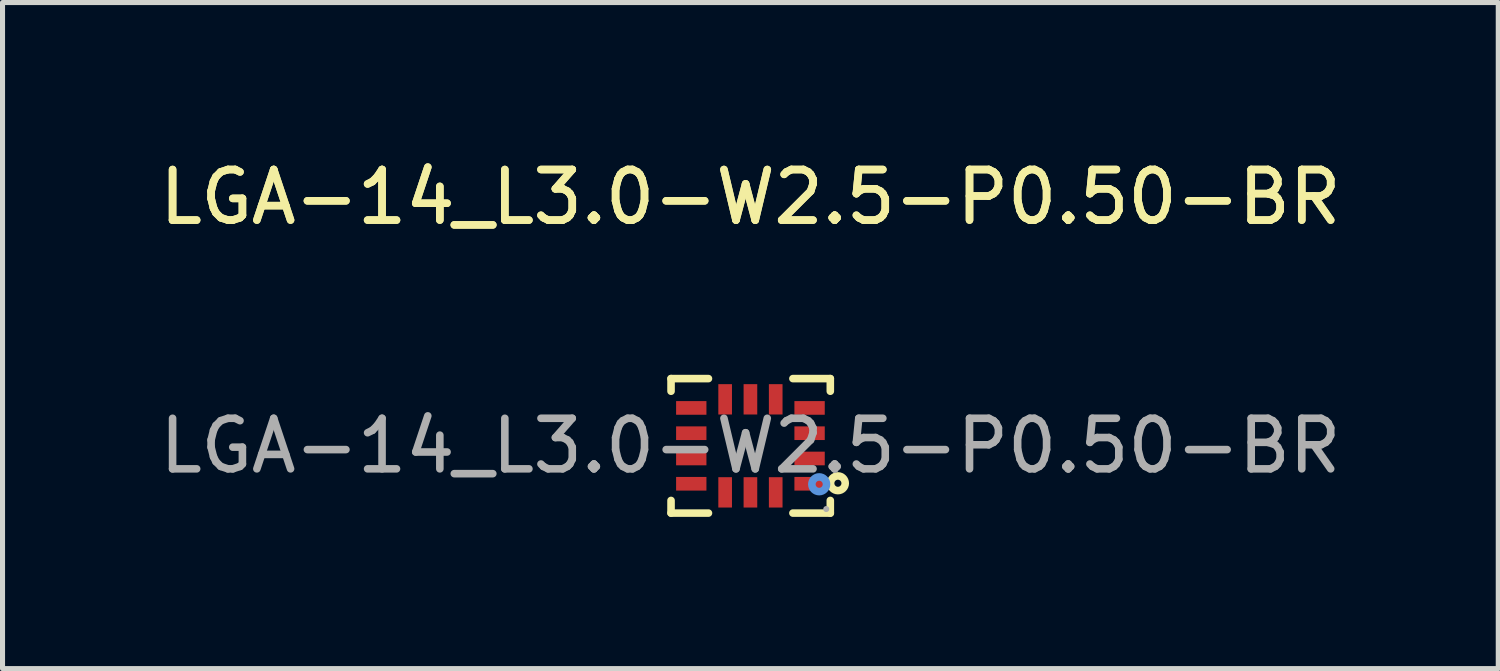
<source format=kicad_pcb>
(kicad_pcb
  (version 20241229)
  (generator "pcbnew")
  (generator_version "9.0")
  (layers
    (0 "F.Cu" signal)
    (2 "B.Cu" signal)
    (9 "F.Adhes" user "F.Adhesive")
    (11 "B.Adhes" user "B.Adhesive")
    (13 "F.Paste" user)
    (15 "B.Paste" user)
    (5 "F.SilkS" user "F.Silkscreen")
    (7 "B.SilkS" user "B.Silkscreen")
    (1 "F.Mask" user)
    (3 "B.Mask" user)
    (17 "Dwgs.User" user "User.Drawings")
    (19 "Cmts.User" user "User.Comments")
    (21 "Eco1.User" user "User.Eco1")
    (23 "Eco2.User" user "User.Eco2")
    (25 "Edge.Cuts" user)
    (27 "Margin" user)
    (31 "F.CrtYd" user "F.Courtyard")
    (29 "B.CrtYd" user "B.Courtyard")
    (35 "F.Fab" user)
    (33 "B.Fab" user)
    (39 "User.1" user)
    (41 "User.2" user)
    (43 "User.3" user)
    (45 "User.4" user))
  (footprint "LGA-14_L3.0-W2.5-P0.50-BR"
    (layer "F.Cu")
    (at 11.792 5.768)
    (property "Reference" "LGA-14_L3.0-W2.5-P0.50-BR" (at 0 -4.92 0) (layer "F.SilkS") (effects (font (size 1 1) (thickness 0.15))))
    (attr smd)
    (fp_line (start -1.57 -1.33) (end -1.57 -1.08) (stroke (width 0.15) (type solid)) (layer "F.SilkS"))
    (fp_line (start -1.57 1.33) (end -1.57 1.08) (stroke (width 0.15) (type solid)) (layer "F.SilkS"))
    (fp_line (start -0.83 -1.33) (end -1.57 -1.33) (stroke (width 0.15) (type solid)) (layer "F.SilkS"))
    (fp_line (start -0.83 1.33) (end -1.57 1.33) (stroke (width 0.15) (type solid)) (layer "F.SilkS"))
    (fp_line (start 0.84 -1.33) (end 1.58 -1.33) (stroke (width 0.15) (type solid)) (layer "F.SilkS"))
    (fp_line (start 0.84 1.33) (end 1.58 1.33) (stroke (width 0.15) (type solid)) (layer "F.SilkS"))
    (fp_line (start 1.58 -1.33) (end 1.58 -1.08) (stroke (width 0.15) (type solid)) (layer "F.SilkS"))
    (fp_line (start 1.58 1.33) (end 1.58 1.08) (stroke (width 0.15) (type solid)) (layer "F.SilkS"))
    (fp_circle (center 1.73 0.74) (end 1.8 0.74) (stroke (width 0.15) (type solid)) (fill no) (layer "F.SilkS"))
    (fp_circle (center 1.36 0.76) (end 1.43 0.76) (stroke (width 0.15) (type solid)) (fill no) (layer "Cmts.User"))
    (fp_circle (center 1.5 1.25) (end 1.53 1.25) (stroke (width 0.06) (type solid)) (fill no) (layer "F.Fab"))
    (fp_text user "${REFERENCE}" (at 0 -4.92 0) (layer "F.SilkS") (effects (font (size 1 1) (thickness 0.15))))
    (fp_text user "${REFERENCE}" (at 0 0 0) (layer "F.Fab") (effects (font (size 1 1) (thickness 0.15))))
    (pad "1" smd rect (at 1.17 0.75) (size 0.6 0.27) (layers "F.Cu" "F.Mask" "F.Paste"))
    (pad "2" smd rect (at 1.17 0.25) (size 0.6 0.27) (layers "F.Cu" "F.Mask" "F.Paste"))
    (pad "3" smd rect (at 1.17 -0.25) (size 0.6 0.27) (layers "F.Cu" "F.Mask" "F.Paste"))
    (pad "4" smd rect (at 1.17 -0.75) (size 0.6 0.27) (layers "F.Cu" "F.Mask" "F.Paste"))
    (pad "5" smd rect (at 0.5 -0.92) (size 0.27 0.6) (layers "F.Cu" "F.Mask" "F.Paste"))
    (pad "6" smd rect (at 0 -0.92) (size 0.27 0.6) (layers "F.Cu" "F.Mask" "F.Paste"))
    (pad "7" smd rect (at -0.5 -0.92) (size 0.27 0.6) (layers "F.Cu" "F.Mask" "F.Paste"))
    (pad "8" smd rect (at -1.17 -0.75) (size 0.6 0.27) (layers "F.Cu" "F.Mask" "F.Paste"))
    (pad "9" smd rect (at -1.17 -0.25) (size 0.6 0.27) (layers "F.Cu" "F.Mask" "F.Paste"))
    (pad "10" smd rect (at -1.17 0.25) (size 0.6 0.27) (layers "F.Cu" "F.Mask" "F.Paste"))
    (pad "11" smd rect (at -1.17 0.75) (size 0.6 0.27) (layers "F.Cu" "F.Mask" "F.Paste"))
    (pad "12" smd rect (at -0.5 0.92) (size 0.27 0.6) (layers "F.Cu" "F.Mask" "F.Paste"))
    (pad "13" smd rect (at 0 0.92) (size 0.27 0.6) (layers "F.Cu" "F.Mask" "F.Paste"))
    (pad "14" smd rect (at 0.5 0.92) (size 0.27 0.6) (layers "F.Cu" "F.Mask" "F.Paste")))
  (gr_rect
    (start -3 -3)
    (end 26.583 10.173)
    (stroke (width 0.1) (type default))
    (fill no)
    (layer "Edge.Cuts")))
</source>
